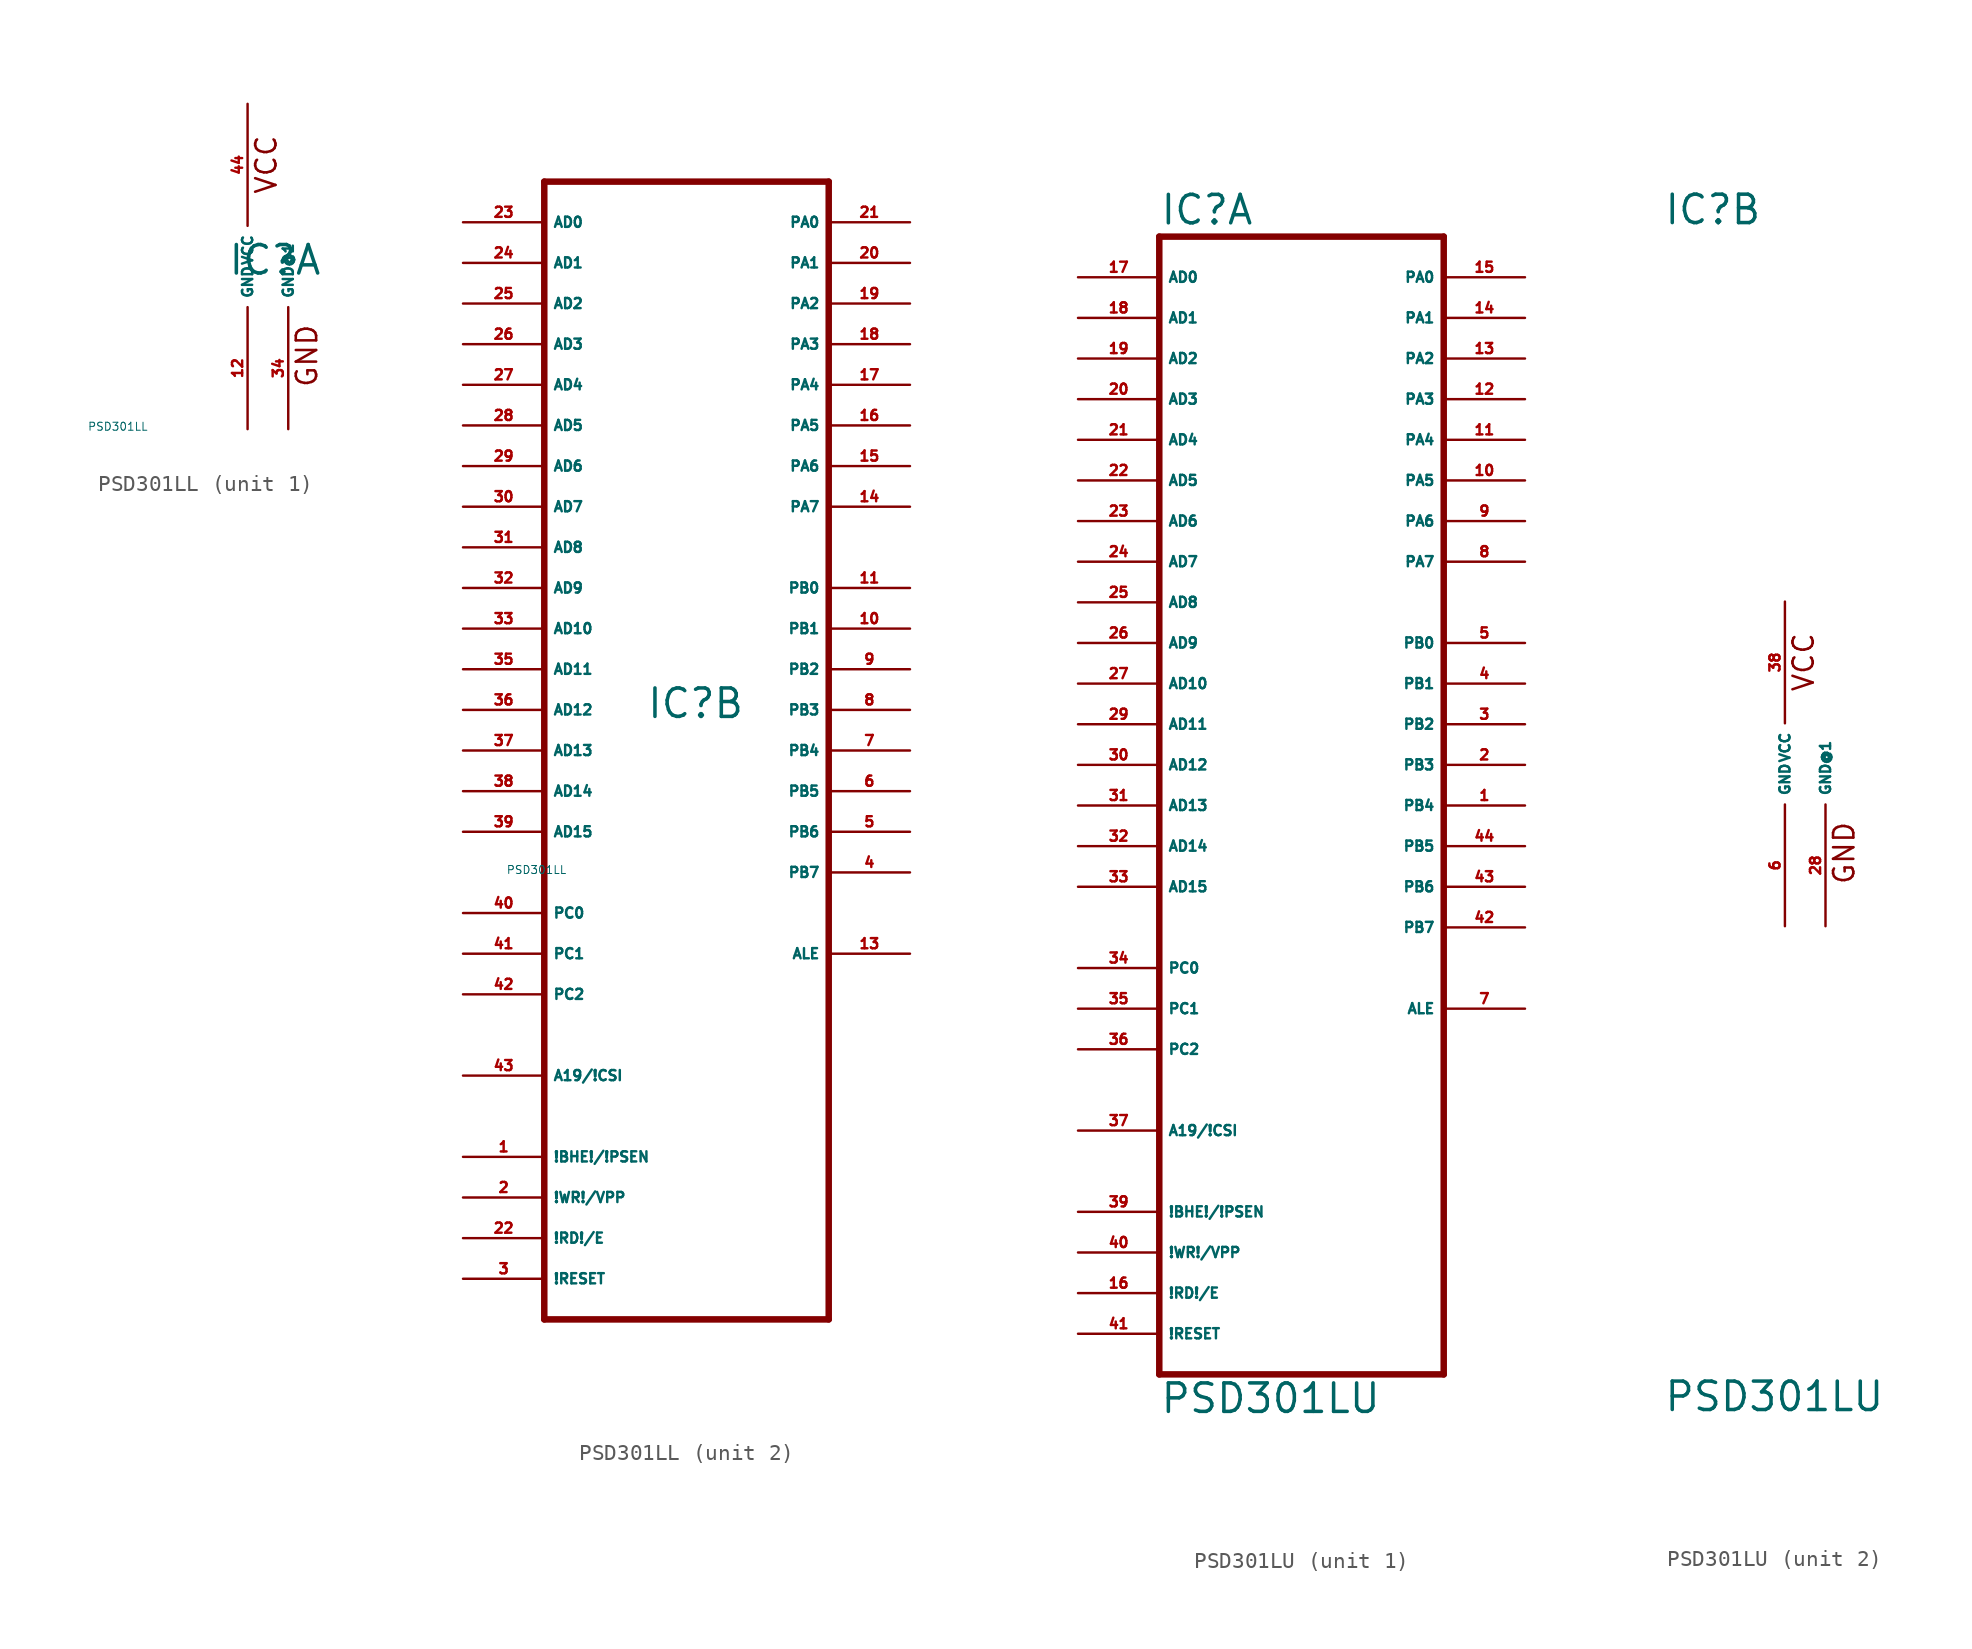
<source format=kicad_sym>
(kicad_symbol_lib
  (version 20220914)
  (generator Eagle2Kicad)
  (symbol "PSD301LL"
    (property "Reference" "IC"
      (at -1.27 -0.635 0)
      (effects (font (size 1.778 1.778) (thickness 0.22)) (justify left bottom)))
    (property "Value" "PSD301LL"
      (at -10 -10 0)
      (effects (font (size 0.5 0.5) (thickness 0.06)) (justify left)))
    (symbol "PSD301LL_1_0"
      (text "VCC" (at 1.905 4.445 900) (effects (font (size 1.27 1.27) (thickness 0.16)) (justify left bottom)))
      (text "GND" (at 4.445 -7.62 900) (effects (font (size 1.27 1.27) (thickness 0.16)) (justify left bottom)))
      (pin unspecified line (at 0 10.16 270) (length 7.62) (name "VCC" (effects (font (size 0.635 0.635) (thickness 0.08)) (justify left bottom))) (number "44" (effects (font (size 0.635 0.635) (thickness 0.08)) (justify left bottom))))
      (pin unspecified line (at 0 -10.16 90) (length 7.62) (name "GND" (effects (font (size 0.635 0.635) (thickness 0.08)) (justify left bottom))) (number "12" (effects (font (size 0.635 0.635) (thickness 0.08)) (justify left bottom))))
      (pin unspecified line (at 2.54 -10.16 90) (length 7.62) (name "GND@1" (effects (font (size 0.635 0.635) (thickness 0.08)) (justify left bottom))) (number "34" (effects (font (size 0.635 0.635) (thickness 0.08)) (justify left bottom)))))
    (symbol "PSD301LL_2_0"
      (polyline (pts (xy -7.62 -38.1) (xy 10.16 -38.1)) (stroke (width 0.406) (type default)) (fill (type none)))
      (polyline (pts (xy 10.16 -38.1) (xy 10.16 33.02)) (stroke (width 0.406) (type default)) (fill (type none)))
      (polyline (pts (xy 10.16 33.02) (xy -7.62 33.02)) (stroke (width 0.406) (type default)) (fill (type none)))
      (polyline (pts (xy -7.62 33.02) (xy -7.62 -38.1)) (stroke (width 0.406) (type default)) (fill (type none)))
      (pin input line (at -12.7 30.48 0) (length 5.08) (name "AD0" (effects (font (size 0.635 0.635) (thickness 0.08)) (justify left bottom))) (number "23" (effects (font (size 0.635 0.635) (thickness 0.08)) (justify left bottom))))
      (pin input line (at -12.7 27.94 0) (length 5.08) (name "AD1" (effects (font (size 0.635 0.635) (thickness 0.08)) (justify left bottom))) (number "24" (effects (font (size 0.635 0.635) (thickness 0.08)) (justify left bottom))))
      (pin input line (at -12.7 25.4 0) (length 5.08) (name "AD2" (effects (font (size 0.635 0.635) (thickness 0.08)) (justify left bottom))) (number "25" (effects (font (size 0.635 0.635) (thickness 0.08)) (justify left bottom))))
      (pin input line (at -12.7 22.86 0) (length 5.08) (name "AD3" (effects (font (size 0.635 0.635) (thickness 0.08)) (justify left bottom))) (number "26" (effects (font (size 0.635 0.635) (thickness 0.08)) (justify left bottom))))
      (pin input line (at -12.7 20.32 0) (length 5.08) (name "AD4" (effects (font (size 0.635 0.635) (thickness 0.08)) (justify left bottom))) (number "27" (effects (font (size 0.635 0.635) (thickness 0.08)) (justify left bottom))))
      (pin input line (at -12.7 17.78 0) (length 5.08) (name "AD5" (effects (font (size 0.635 0.635) (thickness 0.08)) (justify left bottom))) (number "28" (effects (font (size 0.635 0.635) (thickness 0.08)) (justify left bottom))))
      (pin input line (at -12.7 15.24 0) (length 5.08) (name "AD6" (effects (font (size 0.635 0.635) (thickness 0.08)) (justify left bottom))) (number "29" (effects (font (size 0.635 0.635) (thickness 0.08)) (justify left bottom))))
      (pin input line (at -12.7 12.7 0) (length 5.08) (name "AD7" (effects (font (size 0.635 0.635) (thickness 0.08)) (justify left bottom))) (number "30" (effects (font (size 0.635 0.635) (thickness 0.08)) (justify left bottom))))
      (pin input line (at -12.7 10.16 0) (length 5.08) (name "AD8" (effects (font (size 0.635 0.635) (thickness 0.08)) (justify left bottom))) (number "31" (effects (font (size 0.635 0.635) (thickness 0.08)) (justify left bottom))))
      (pin input line (at -12.7 7.62 0) (length 5.08) (name "AD9" (effects (font (size 0.635 0.635) (thickness 0.08)) (justify left bottom))) (number "32" (effects (font (size 0.635 0.635) (thickness 0.08)) (justify left bottom))))
      (pin input line (at -12.7 5.08 0) (length 5.08) (name "AD10" (effects (font (size 0.635 0.635) (thickness 0.08)) (justify left bottom))) (number "33" (effects (font (size 0.635 0.635) (thickness 0.08)) (justify left bottom))))
      (pin input line (at -12.7 2.54 0) (length 5.08) (name "AD11" (effects (font (size 0.635 0.635) (thickness 0.08)) (justify left bottom))) (number "35" (effects (font (size 0.635 0.635) (thickness 0.08)) (justify left bottom))))
      (pin input line (at -12.7 0 0) (length 5.08) (name "AD12" (effects (font (size 0.635 0.635) (thickness 0.08)) (justify left bottom))) (number "36" (effects (font (size 0.635 0.635) (thickness 0.08)) (justify left bottom))))
      (pin input line (at -12.7 -2.54 0) (length 5.08) (name "AD13" (effects (font (size 0.635 0.635) (thickness 0.08)) (justify left bottom))) (number "37" (effects (font (size 0.635 0.635) (thickness 0.08)) (justify left bottom))))
      (pin input line (at -12.7 -5.08 0) (length 5.08) (name "AD14" (effects (font (size 0.635 0.635) (thickness 0.08)) (justify left bottom))) (number "38" (effects (font (size 0.635 0.635) (thickness 0.08)) (justify left bottom))))
      (pin input line (at -12.7 -7.62 0) (length 5.08) (name "AD15" (effects (font (size 0.635 0.635) (thickness 0.08)) (justify left bottom))) (number "39" (effects (font (size 0.635 0.635) (thickness 0.08)) (justify left bottom))))
      (pin input line (at -12.7 -12.7 0) (length 5.08) (name "PC0" (effects (font (size 0.635 0.635) (thickness 0.08)) (justify left bottom))) (number "40" (effects (font (size 0.635 0.635) (thickness 0.08)) (justify left bottom))))
      (pin input line (at -12.7 -15.24 0) (length 5.08) (name "PC1" (effects (font (size 0.635 0.635) (thickness 0.08)) (justify left bottom))) (number "41" (effects (font (size 0.635 0.635) (thickness 0.08)) (justify left bottom))))
      (pin input line (at -12.7 -17.78 0) (length 5.08) (name "PC2" (effects (font (size 0.635 0.635) (thickness 0.08)) (justify left bottom))) (number "42" (effects (font (size 0.635 0.635) (thickness 0.08)) (justify left bottom))))
      (pin input line (at -12.7 -22.86 0) (length 5.08) (name "A19/!CSI" (effects (font (size 0.635 0.635) (thickness 0.08)) (justify left bottom))) (number "43" (effects (font (size 0.635 0.635) (thickness 0.08)) (justify left bottom))))
      (pin bidirectional line (at 15.24 30.48 180) (length 5.08) (name "PA0" (effects (font (size 0.635 0.635) (thickness 0.08)) (justify left bottom))) (number "21" (effects (font (size 0.635 0.635) (thickness 0.08)) (justify left bottom))))
      (pin bidirectional line (at 15.24 27.94 180) (length 5.08) (name "PA1" (effects (font (size 0.635 0.635) (thickness 0.08)) (justify left bottom))) (number "20" (effects (font (size 0.635 0.635) (thickness 0.08)) (justify left bottom))))
      (pin bidirectional line (at 15.24 25.4 180) (length 5.08) (name "PA2" (effects (font (size 0.635 0.635) (thickness 0.08)) (justify left bottom))) (number "19" (effects (font (size 0.635 0.635) (thickness 0.08)) (justify left bottom))))
      (pin bidirectional line (at 15.24 22.86 180) (length 5.08) (name "PA3" (effects (font (size 0.635 0.635) (thickness 0.08)) (justify left bottom))) (number "18" (effects (font (size 0.635 0.635) (thickness 0.08)) (justify left bottom))))
      (pin bidirectional line (at 15.24 20.32 180) (length 5.08) (name "PA4" (effects (font (size 0.635 0.635) (thickness 0.08)) (justify left bottom))) (number "17" (effects (font (size 0.635 0.635) (thickness 0.08)) (justify left bottom))))
      (pin bidirectional line (at 15.24 17.78 180) (length 5.08) (name "PA5" (effects (font (size 0.635 0.635) (thickness 0.08)) (justify left bottom))) (number "16" (effects (font (size 0.635 0.635) (thickness 0.08)) (justify left bottom))))
      (pin bidirectional line (at 15.24 15.24 180) (length 5.08) (name "PA6" (effects (font (size 0.635 0.635) (thickness 0.08)) (justify left bottom))) (number "15" (effects (font (size 0.635 0.635) (thickness 0.08)) (justify left bottom))))
      (pin bidirectional line (at 15.24 12.7 180) (length 5.08) (name "PA7" (effects (font (size 0.635 0.635) (thickness 0.08)) (justify left bottom))) (number "14" (effects (font (size 0.635 0.635) (thickness 0.08)) (justify left bottom))))
      (pin output line (at 15.24 7.62 180) (length 5.08) (name "PB0" (effects (font (size 0.635 0.635) (thickness 0.08)) (justify left bottom))) (number "11" (effects (font (size 0.635 0.635) (thickness 0.08)) (justify left bottom))))
      (pin output line (at 15.24 5.08 180) (length 5.08) (name "PB1" (effects (font (size 0.635 0.635) (thickness 0.08)) (justify left bottom))) (number "10" (effects (font (size 0.635 0.635) (thickness 0.08)) (justify left bottom))))
      (pin output line (at 15.24 2.54 180) (length 5.08) (name "PB2" (effects (font (size 0.635 0.635) (thickness 0.08)) (justify left bottom))) (number "9" (effects (font (size 0.635 0.635) (thickness 0.08)) (justify left bottom))))
      (pin output line (at 15.24 0 180) (length 5.08) (name "PB3" (effects (font (size 0.635 0.635) (thickness 0.08)) (justify left bottom))) (number "8" (effects (font (size 0.635 0.635) (thickness 0.08)) (justify left bottom))))
      (pin output line (at 15.24 -2.54 180) (length 5.08) (name "PB4" (effects (font (size 0.635 0.635) (thickness 0.08)) (justify left bottom))) (number "7" (effects (font (size 0.635 0.635) (thickness 0.08)) (justify left bottom))))
      (pin output line (at 15.24 -5.08 180) (length 5.08) (name "PB5" (effects (font (size 0.635 0.635) (thickness 0.08)) (justify left bottom))) (number "6" (effects (font (size 0.635 0.635) (thickness 0.08)) (justify left bottom))))
      (pin output line (at 15.24 -7.62 180) (length 5.08) (name "PB6" (effects (font (size 0.635 0.635) (thickness 0.08)) (justify left bottom))) (number "5" (effects (font (size 0.635 0.635) (thickness 0.08)) (justify left bottom))))
      (pin output line (at 15.24 -10.16 180) (length 5.08) (name "PB7" (effects (font (size 0.635 0.635) (thickness 0.08)) (justify left bottom))) (number "4" (effects (font (size 0.635 0.635) (thickness 0.08)) (justify left bottom))))
      (pin output line (at 15.24 -15.24 180) (length 5.08) (name "ALE" (effects (font (size 0.635 0.635) (thickness 0.08)) (justify left bottom))) (number "13" (effects (font (size 0.635 0.635) (thickness 0.08)) (justify left bottom))))
      (pin input line (at -12.7 -27.94 0) (length 5.08) (name "!BHE!/!PSEN" (effects (font (size 0.635 0.635) (thickness 0.08)) (justify left bottom))) (number "1" (effects (font (size 0.635 0.635) (thickness 0.08)) (justify left bottom))))
      (pin input line (at -12.7 -30.48 0) (length 5.08) (name "!WR!/VPP" (effects (font (size 0.635 0.635) (thickness 0.08)) (justify left bottom))) (number "2" (effects (font (size 0.635 0.635) (thickness 0.08)) (justify left bottom))))
      (pin input line (at -12.7 -33.02 0) (length 5.08) (name "!RD!/E" (effects (font (size 0.635 0.635) (thickness 0.08)) (justify left bottom))) (number "22" (effects (font (size 0.635 0.635) (thickness 0.08)) (justify left bottom))))
      (pin input line (at -12.7 -35.56 0) (length 5.08) (name "!RESET" (effects (font (size 0.635 0.635) (thickness 0.08)) (justify left bottom))) (number "3" (effects (font (size 0.635 0.635) (thickness 0.08)) (justify left bottom))))))
  (symbol "PSD301LU"
    (property "Reference" "IC"
      (at -7.62 33.655 0)
      (effects (font (size 1.778 1.778) (thickness 0.22)) (justify left bottom)))
    (property "Value" "PSD301LU"
      (at -7.62 -40.64 0)
      (effects (font (size 1.778 1.778) (thickness 0.22)) (justify left bottom)))
    (symbol "PSD301LU_1_0"
      (polyline (pts (xy -7.62 -38.1) (xy 10.16 -38.1)) (stroke (width 0.406) (type default)) (fill (type none)))
      (polyline (pts (xy 10.16 -38.1) (xy 10.16 33.02)) (stroke (width 0.406) (type default)) (fill (type none)))
      (polyline (pts (xy 10.16 33.02) (xy -7.62 33.02)) (stroke (width 0.406) (type default)) (fill (type none)))
      (polyline (pts (xy -7.62 33.02) (xy -7.62 -38.1)) (stroke (width 0.406) (type default)) (fill (type none)))
      (pin input line (at -12.7 30.48 0) (length 5.08) (name "AD0" (effects (font (size 0.635 0.635) (thickness 0.08)) (justify left bottom))) (number "17" (effects (font (size 0.635 0.635) (thickness 0.08)) (justify left bottom))))
      (pin input line (at -12.7 27.94 0) (length 5.08) (name "AD1" (effects (font (size 0.635 0.635) (thickness 0.08)) (justify left bottom))) (number "18" (effects (font (size 0.635 0.635) (thickness 0.08)) (justify left bottom))))
      (pin input line (at -12.7 25.4 0) (length 5.08) (name "AD2" (effects (font (size 0.635 0.635) (thickness 0.08)) (justify left bottom))) (number "19" (effects (font (size 0.635 0.635) (thickness 0.08)) (justify left bottom))))
      (pin input line (at -12.7 22.86 0) (length 5.08) (name "AD3" (effects (font (size 0.635 0.635) (thickness 0.08)) (justify left bottom))) (number "20" (effects (font (size 0.635 0.635) (thickness 0.08)) (justify left bottom))))
      (pin input line (at -12.7 20.32 0) (length 5.08) (name "AD4" (effects (font (size 0.635 0.635) (thickness 0.08)) (justify left bottom))) (number "21" (effects (font (size 0.635 0.635) (thickness 0.08)) (justify left bottom))))
      (pin input line (at -12.7 17.78 0) (length 5.08) (name "AD5" (effects (font (size 0.635 0.635) (thickness 0.08)) (justify left bottom))) (number "22" (effects (font (size 0.635 0.635) (thickness 0.08)) (justify left bottom))))
      (pin input line (at -12.7 15.24 0) (length 5.08) (name "AD6" (effects (font (size 0.635 0.635) (thickness 0.08)) (justify left bottom))) (number "23" (effects (font (size 0.635 0.635) (thickness 0.08)) (justify left bottom))))
      (pin input line (at -12.7 12.7 0) (length 5.08) (name "AD7" (effects (font (size 0.635 0.635) (thickness 0.08)) (justify left bottom))) (number "24" (effects (font (size 0.635 0.635) (thickness 0.08)) (justify left bottom))))
      (pin input line (at -12.7 10.16 0) (length 5.08) (name "AD8" (effects (font (size 0.635 0.635) (thickness 0.08)) (justify left bottom))) (number "25" (effects (font (size 0.635 0.635) (thickness 0.08)) (justify left bottom))))
      (pin input line (at -12.7 7.62 0) (length 5.08) (name "AD9" (effects (font (size 0.635 0.635) (thickness 0.08)) (justify left bottom))) (number "26" (effects (font (size 0.635 0.635) (thickness 0.08)) (justify left bottom))))
      (pin input line (at -12.7 5.08 0) (length 5.08) (name "AD10" (effects (font (size 0.635 0.635) (thickness 0.08)) (justify left bottom))) (number "27" (effects (font (size 0.635 0.635) (thickness 0.08)) (justify left bottom))))
      (pin input line (at -12.7 2.54 0) (length 5.08) (name "AD11" (effects (font (size 0.635 0.635) (thickness 0.08)) (justify left bottom))) (number "29" (effects (font (size 0.635 0.635) (thickness 0.08)) (justify left bottom))))
      (pin input line (at -12.7 0 0) (length 5.08) (name "AD12" (effects (font (size 0.635 0.635) (thickness 0.08)) (justify left bottom))) (number "30" (effects (font (size 0.635 0.635) (thickness 0.08)) (justify left bottom))))
      (pin input line (at -12.7 -2.54 0) (length 5.08) (name "AD13" (effects (font (size 0.635 0.635) (thickness 0.08)) (justify left bottom))) (number "31" (effects (font (size 0.635 0.635) (thickness 0.08)) (justify left bottom))))
      (pin input line (at -12.7 -5.08 0) (length 5.08) (name "AD14" (effects (font (size 0.635 0.635) (thickness 0.08)) (justify left bottom))) (number "32" (effects (font (size 0.635 0.635) (thickness 0.08)) (justify left bottom))))
      (pin input line (at -12.7 -7.62 0) (length 5.08) (name "AD15" (effects (font (size 0.635 0.635) (thickness 0.08)) (justify left bottom))) (number "33" (effects (font (size 0.635 0.635) (thickness 0.08)) (justify left bottom))))
      (pin input line (at -12.7 -12.7 0) (length 5.08) (name "PC0" (effects (font (size 0.635 0.635) (thickness 0.08)) (justify left bottom))) (number "34" (effects (font (size 0.635 0.635) (thickness 0.08)) (justify left bottom))))
      (pin input line (at -12.7 -15.24 0) (length 5.08) (name "PC1" (effects (font (size 0.635 0.635) (thickness 0.08)) (justify left bottom))) (number "35" (effects (font (size 0.635 0.635) (thickness 0.08)) (justify left bottom))))
      (pin input line (at -12.7 -17.78 0) (length 5.08) (name "PC2" (effects (font (size 0.635 0.635) (thickness 0.08)) (justify left bottom))) (number "36" (effects (font (size 0.635 0.635) (thickness 0.08)) (justify left bottom))))
      (pin input line (at -12.7 -22.86 0) (length 5.08) (name "A19/!CSI" (effects (font (size 0.635 0.635) (thickness 0.08)) (justify left bottom))) (number "37" (effects (font (size 0.635 0.635) (thickness 0.08)) (justify left bottom))))
      (pin bidirectional line (at 15.24 30.48 180) (length 5.08) (name "PA0" (effects (font (size 0.635 0.635) (thickness 0.08)) (justify left bottom))) (number "15" (effects (font (size 0.635 0.635) (thickness 0.08)) (justify left bottom))))
      (pin bidirectional line (at 15.24 27.94 180) (length 5.08) (name "PA1" (effects (font (size 0.635 0.635) (thickness 0.08)) (justify left bottom))) (number "14" (effects (font (size 0.635 0.635) (thickness 0.08)) (justify left bottom))))
      (pin bidirectional line (at 15.24 25.4 180) (length 5.08) (name "PA2" (effects (font (size 0.635 0.635) (thickness 0.08)) (justify left bottom))) (number "13" (effects (font (size 0.635 0.635) (thickness 0.08)) (justify left bottom))))
      (pin bidirectional line (at 15.24 22.86 180) (length 5.08) (name "PA3" (effects (font (size 0.635 0.635) (thickness 0.08)) (justify left bottom))) (number "12" (effects (font (size 0.635 0.635) (thickness 0.08)) (justify left bottom))))
      (pin bidirectional line (at 15.24 20.32 180) (length 5.08) (name "PA4" (effects (font (size 0.635 0.635) (thickness 0.08)) (justify left bottom))) (number "11" (effects (font (size 0.635 0.635) (thickness 0.08)) (justify left bottom))))
      (pin bidirectional line (at 15.24 17.78 180) (length 5.08) (name "PA5" (effects (font (size 0.635 0.635) (thickness 0.08)) (justify left bottom))) (number "10" (effects (font (size 0.635 0.635) (thickness 0.08)) (justify left bottom))))
      (pin bidirectional line (at 15.24 15.24 180) (length 5.08) (name "PA6" (effects (font (size 0.635 0.635) (thickness 0.08)) (justify left bottom))) (number "9" (effects (font (size 0.635 0.635) (thickness 0.08)) (justify left bottom))))
      (pin bidirectional line (at 15.24 12.7 180) (length 5.08) (name "PA7" (effects (font (size 0.635 0.635) (thickness 0.08)) (justify left bottom))) (number "8" (effects (font (size 0.635 0.635) (thickness 0.08)) (justify left bottom))))
      (pin output line (at 15.24 7.62 180) (length 5.08) (name "PB0" (effects (font (size 0.635 0.635) (thickness 0.08)) (justify left bottom))) (number "5" (effects (font (size 0.635 0.635) (thickness 0.08)) (justify left bottom))))
      (pin output line (at 15.24 5.08 180) (length 5.08) (name "PB1" (effects (font (size 0.635 0.635) (thickness 0.08)) (justify left bottom))) (number "4" (effects (font (size 0.635 0.635) (thickness 0.08)) (justify left bottom))))
      (pin output line (at 15.24 2.54 180) (length 5.08) (name "PB2" (effects (font (size 0.635 0.635) (thickness 0.08)) (justify left bottom))) (number "3" (effects (font (size 0.635 0.635) (thickness 0.08)) (justify left bottom))))
      (pin output line (at 15.24 0 180) (length 5.08) (name "PB3" (effects (font (size 0.635 0.635) (thickness 0.08)) (justify left bottom))) (number "2" (effects (font (size 0.635 0.635) (thickness 0.08)) (justify left bottom))))
      (pin output line (at 15.24 -2.54 180) (length 5.08) (name "PB4" (effects (font (size 0.635 0.635) (thickness 0.08)) (justify left bottom))) (number "1" (effects (font (size 0.635 0.635) (thickness 0.08)) (justify left bottom))))
      (pin output line (at 15.24 -5.08 180) (length 5.08) (name "PB5" (effects (font (size 0.635 0.635) (thickness 0.08)) (justify left bottom))) (number "44" (effects (font (size 0.635 0.635) (thickness 0.08)) (justify left bottom))))
      (pin output line (at 15.24 -7.62 180) (length 5.08) (name "PB6" (effects (font (size 0.635 0.635) (thickness 0.08)) (justify left bottom))) (number "43" (effects (font (size 0.635 0.635) (thickness 0.08)) (justify left bottom))))
      (pin output line (at 15.24 -10.16 180) (length 5.08) (name "PB7" (effects (font (size 0.635 0.635) (thickness 0.08)) (justify left bottom))) (number "42" (effects (font (size 0.635 0.635) (thickness 0.08)) (justify left bottom))))
      (pin output line (at 15.24 -15.24 180) (length 5.08) (name "ALE" (effects (font (size 0.635 0.635) (thickness 0.08)) (justify left bottom))) (number "7" (effects (font (size 0.635 0.635) (thickness 0.08)) (justify left bottom))))
      (pin input line (at -12.7 -27.94 0) (length 5.08) (name "!BHE!/!PSEN" (effects (font (size 0.635 0.635) (thickness 0.08)) (justify left bottom))) (number "39" (effects (font (size 0.635 0.635) (thickness 0.08)) (justify left bottom))))
      (pin input line (at -12.7 -30.48 0) (length 5.08) (name "!WR!/VPP" (effects (font (size 0.635 0.635) (thickness 0.08)) (justify left bottom))) (number "40" (effects (font (size 0.635 0.635) (thickness 0.08)) (justify left bottom))))
      (pin input line (at -12.7 -33.02 0) (length 5.08) (name "!RD!/E" (effects (font (size 0.635 0.635) (thickness 0.08)) (justify left bottom))) (number "16" (effects (font (size 0.635 0.635) (thickness 0.08)) (justify left bottom))))
      (pin input line (at -12.7 -35.56 0) (length 5.08) (name "!RESET" (effects (font (size 0.635 0.635) (thickness 0.08)) (justify left bottom))) (number "41" (effects (font (size 0.635 0.635) (thickness 0.08)) (justify left bottom)))))
    (symbol "PSD301LU_2_0"
      (text "VCC" (at 1.905 4.445 900) (effects (font (size 1.27 1.27) (thickness 0.16)) (justify left bottom)))
      (text "GND" (at 4.445 -7.62 900) (effects (font (size 1.27 1.27) (thickness 0.16)) (justify left bottom)))
      (pin unspecified line (at 0 10.16 270) (length 7.62) (name "VCC" (effects (font (size 0.635 0.635) (thickness 0.08)) (justify left bottom))) (number "38" (effects (font (size 0.635 0.635) (thickness 0.08)) (justify left bottom))))
      (pin unspecified line (at 0 -10.16 90) (length 7.62) (name "GND" (effects (font (size 0.635 0.635) (thickness 0.08)) (justify left bottom))) (number "6" (effects (font (size 0.635 0.635) (thickness 0.08)) (justify left bottom))))
      (pin unspecified line (at 2.54 -10.16 90) (length 7.62) (name "GND@1" (effects (font (size 0.635 0.635) (thickness 0.08)) (justify left bottom))) (number "28" (effects (font (size 0.635 0.635) (thickness 0.08)) (justify left bottom)))))))
</source>
